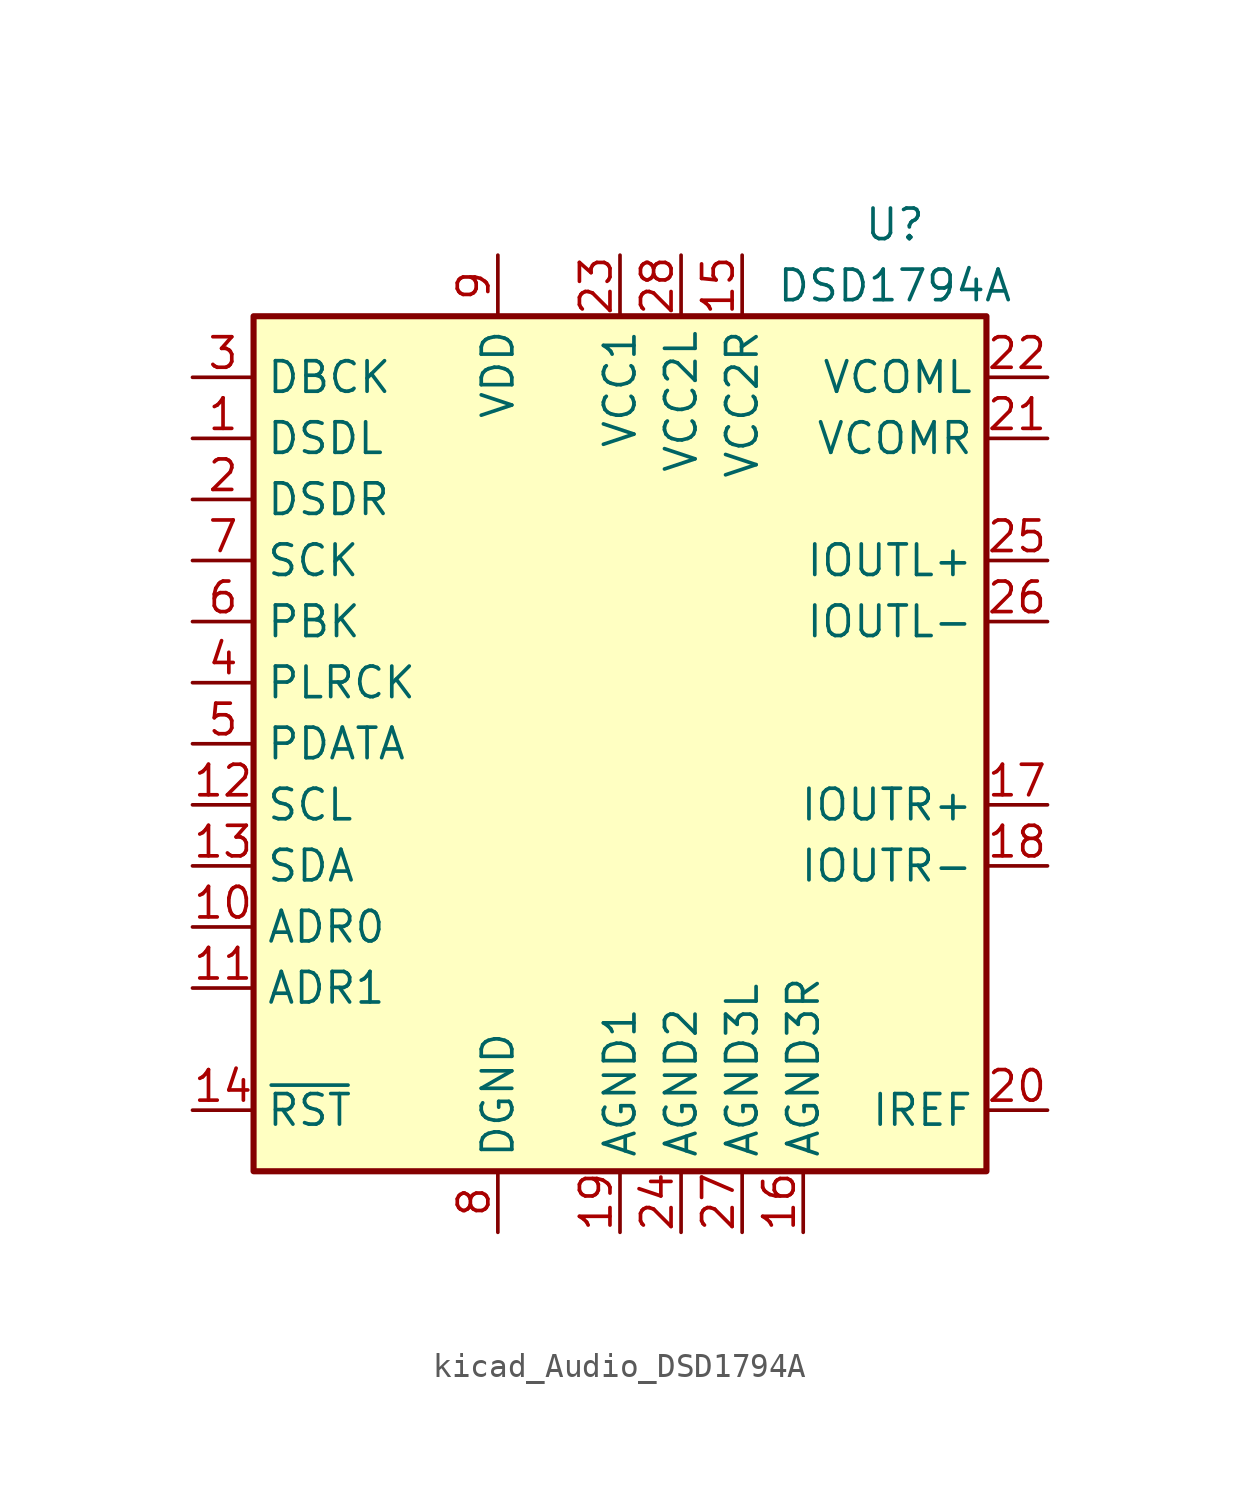
<source format=kicad_sym>
(kicad_symbol_lib
  (version 20220914)
  (generator kicad_symbol_editor)
  (symbol "kicad_Audio_DSD1794A"
    (property "Reference" "U"
      (at 11.43 21.59 0)
      (effects (font (size 1.27 1.27))))
    (property "Value" "DSD1794A"
      (at 11.43 19.05 0)
      (effects (font (size 1.27 1.27))))
    (symbol "kicad_Audio_DSD1794A_0_1"
      (rectangle (start -15.24 17.78) (end 15.24 -17.78) (stroke (width 0.254) (type default)) (fill (type background))))
    (symbol "kicad_Audio_DSD1794A_1_1"
      (pin bidirectional line (at -17.78 12.7 0) (length 2.54) (name "DSDL" (effects (font (size 1.27 1.27)))) (number "1" (effects (font (size 1.27 1.27)))))
      (pin input line (at -17.78 -7.62 0) (length 2.54) (name "ADR0" (effects (font (size 1.27 1.27)))) (number "10" (effects (font (size 1.27 1.27)))))
      (pin input line (at -17.78 -10.16 0) (length 2.54) (name "ADR1" (effects (font (size 1.27 1.27)))) (number "11" (effects (font (size 1.27 1.27)))))
      (pin input line (at -17.78 -2.54 0) (length 2.54) (name "SCL" (effects (font (size 1.27 1.27)))) (number "12" (effects (font (size 1.27 1.27)))))
      (pin bidirectional line (at -17.78 -5.08 0) (length 2.54) (name "SDA" (effects (font (size 1.27 1.27)))) (number "13" (effects (font (size 1.27 1.27)))))
      (pin input line (at -17.78 -15.24 0) (length 2.54) (name "~{RST}" (effects (font (size 1.27 1.27)))) (number "14" (effects (font (size 1.27 1.27)))))
      (pin power_in line (at 5.08 20.32 270) (length 2.54) (name "VCC2R" (effects (font (size 1.27 1.27)))) (number "15" (effects (font (size 1.27 1.27)))))
      (pin power_in line (at 7.62 -20.32 90) (length 2.54) (name "AGND3R" (effects (font (size 1.27 1.27)))) (number "16" (effects (font (size 1.27 1.27)))))
      (pin output line (at 17.78 -2.54 180) (length 2.54) (name "IOUTR+" (effects (font (size 1.27 1.27)))) (number "17" (effects (font (size 1.27 1.27)))))
      (pin output line (at 17.78 -5.08 180) (length 2.54) (name "IOUTR-" (effects (font (size 1.27 1.27)))) (number "18" (effects (font (size 1.27 1.27)))))
      (pin power_in line (at 0 -20.32 90) (length 2.54) (name "AGND1" (effects (font (size 1.27 1.27)))) (number "19" (effects (font (size 1.27 1.27)))))
      (pin bidirectional line (at -17.78 10.16 0) (length 2.54) (name "DSDR" (effects (font (size 1.27 1.27)))) (number "2" (effects (font (size 1.27 1.27)))))
      (pin passive line (at 17.78 -15.24 180) (length 2.54) (name "IREF" (effects (font (size 1.27 1.27)))) (number "20" (effects (font (size 1.27 1.27)))))
      (pin output line (at 17.78 12.7 180) (length 2.54) (name "VCOMR" (effects (font (size 1.27 1.27)))) (number "21" (effects (font (size 1.27 1.27)))))
      (pin passive line (at 17.78 15.24 180) (length 2.54) (name "VCOML" (effects (font (size 1.27 1.27)))) (number "22" (effects (font (size 1.27 1.27)))))
      (pin power_in line (at 0 20.32 270) (length 2.54) (name "VCC1" (effects (font (size 1.27 1.27)))) (number "23" (effects (font (size 1.27 1.27)))))
      (pin power_in line (at 2.54 -20.32 90) (length 2.54) (name "AGND2" (effects (font (size 1.27 1.27)))) (number "24" (effects (font (size 1.27 1.27)))))
      (pin output line (at 17.78 7.62 180) (length 2.54) (name "IOUTL+" (effects (font (size 1.27 1.27)))) (number "25" (effects (font (size 1.27 1.27)))))
      (pin output line (at 17.78 5.08 180) (length 2.54) (name "IOUTL-" (effects (font (size 1.27 1.27)))) (number "26" (effects (font (size 1.27 1.27)))))
      (pin power_in line (at 5.08 -20.32 90) (length 2.54) (name "AGND3L" (effects (font (size 1.27 1.27)))) (number "27" (effects (font (size 1.27 1.27)))))
      (pin power_in line (at 2.54 20.32 270) (length 2.54) (name "VCC2L" (effects (font (size 1.27 1.27)))) (number "28" (effects (font (size 1.27 1.27)))))
      (pin input line (at -17.78 15.24 0) (length 2.54) (name "DBCK" (effects (font (size 1.27 1.27)))) (number "3" (effects (font (size 1.27 1.27)))))
      (pin input line (at -17.78 2.54 0) (length 2.54) (name "PLRCK" (effects (font (size 1.27 1.27)))) (number "4" (effects (font (size 1.27 1.27)))))
      (pin input line (at -17.78 0 0) (length 2.54) (name "PDATA" (effects (font (size 1.27 1.27)))) (number "5" (effects (font (size 1.27 1.27)))))
      (pin input line (at -17.78 5.08 0) (length 2.54) (name "PBK" (effects (font (size 1.27 1.27)))) (number "6" (effects (font (size 1.27 1.27)))))
      (pin input line (at -17.78 7.62 0) (length 2.54) (name "SCK" (effects (font (size 1.27 1.27)))) (number "7" (effects (font (size 1.27 1.27)))))
      (pin power_in line (at -5.08 -20.32 90) (length 2.54) (name "DGND" (effects (font (size 1.27 1.27)))) (number "8" (effects (font (size 1.27 1.27)))))
      (pin power_in line (at -5.08 20.32 270) (length 2.54) (name "VDD" (effects (font (size 1.27 1.27)))) (number "9" (effects (font (size 1.27 1.27))))))))
</source>
